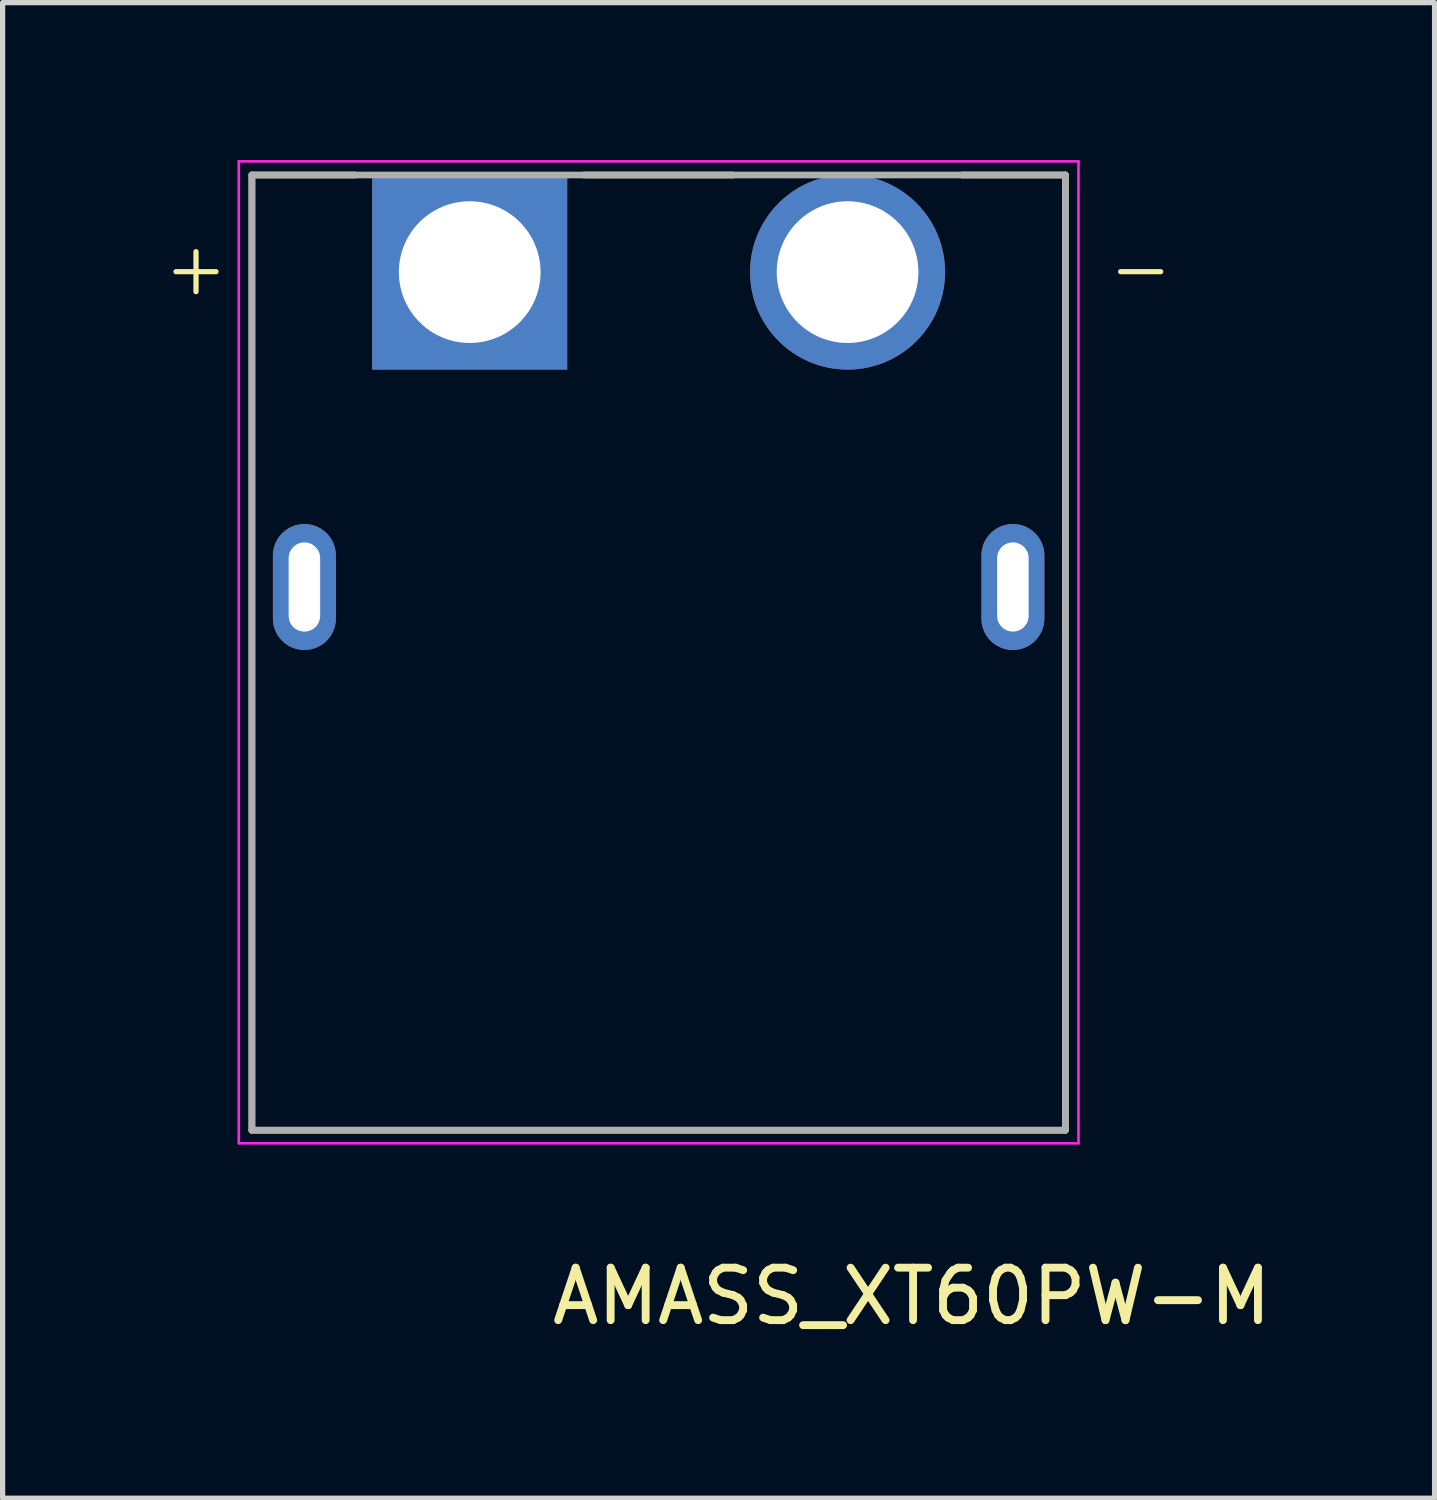
<source format=kicad_pcb>
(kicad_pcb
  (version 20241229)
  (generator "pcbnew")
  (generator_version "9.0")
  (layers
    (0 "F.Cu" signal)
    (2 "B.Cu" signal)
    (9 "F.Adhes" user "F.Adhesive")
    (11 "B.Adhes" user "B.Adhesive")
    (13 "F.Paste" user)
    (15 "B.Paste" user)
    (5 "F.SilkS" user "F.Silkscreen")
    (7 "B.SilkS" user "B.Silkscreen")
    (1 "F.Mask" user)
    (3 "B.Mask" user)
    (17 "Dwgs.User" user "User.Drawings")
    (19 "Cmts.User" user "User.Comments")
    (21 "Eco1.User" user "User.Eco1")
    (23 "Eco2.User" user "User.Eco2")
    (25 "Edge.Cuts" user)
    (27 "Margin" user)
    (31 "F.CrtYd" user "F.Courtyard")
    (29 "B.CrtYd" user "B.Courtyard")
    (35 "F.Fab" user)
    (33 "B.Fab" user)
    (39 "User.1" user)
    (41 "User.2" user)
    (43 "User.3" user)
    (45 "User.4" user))
  (footprint "AMASS_XT60PW-M"
    (layer "F.Cu")
    (at 9.5 7.135)
    (property "Reference" "AMASS_XT60PW-M" (at 4.824 14.515 180) (layer "F.SilkS") (effects (font (size 1 1) (thickness 0.15))))
    (attr through_hole)
    (fp_line (start -7.75 -6.85) (end -7.75 11.35) (stroke (width 0.127) (type solid)) (layer "F.SilkS"))
    (fp_line (start -7.75 -6.85) (end -5.778 -6.85) (stroke (width 0.127) (type solid)) (layer "F.SilkS"))
    (fp_line (start -7.75 11.35) (end 7.75 11.35) (stroke (width 0.127) (type solid)) (layer "F.SilkS"))
    (fp_line (start 1.422 -6.85) (end -1.422 -6.85) (stroke (width 0.127) (type solid)) (layer "F.SilkS"))
    (fp_line (start 7.75 -6.85) (end 5.778 -6.85) (stroke (width 0.127) (type solid)) (layer "F.SilkS"))
    (fp_line (start 7.75 11.35) (end 7.75 -6.85) (stroke (width 0.127) (type solid)) (layer "F.SilkS"))
    (fp_line (start -8 -7.11) (end -8 11.6) (stroke (width 0.05) (type solid)) (layer "F.CrtYd"))
    (fp_line (start -8 11.6) (end 8 11.6) (stroke (width 0.05) (type solid)) (layer "F.CrtYd"))
    (fp_line (start 8 -7.11) (end -8 -7.11) (stroke (width 0.05) (type solid)) (layer "F.CrtYd"))
    (fp_line (start 8 11.6) (end 8 -7.11) (stroke (width 0.05) (type solid)) (layer "F.CrtYd"))
    (fp_line (start -7.75 -6.85) (end -7.75 11.35) (stroke (width 0.127) (type solid)) (layer "F.Fab"))
    (fp_line (start -7.75 11.35) (end 7.75 11.35) (stroke (width 0.127) (type solid)) (layer "F.Fab"))
    (fp_line (start 7.75 -6.85) (end -7.75 -6.85) (stroke (width 0.127) (type solid)) (layer "F.Fab"))
    (fp_line (start 7.75 11.35) (end 7.75 -6.85) (stroke (width 0.127) (type solid)) (layer "F.Fab"))
    (fp_text user "+" (at -9.5 -4.5 0) (unlocked yes) (layer "F.SilkS") (effects (font (size 1 1) (thickness 0.1)) (justify left bottom)))
    (fp_text user "-" (at 8.5 -4.5 0) (unlocked yes) (layer "F.SilkS") (effects (font (size 1 1) (thickness 0.1)) (justify left bottom)))
    (pad "N" thru_hole circle (at 3.6 -5 180) (size 3.716 3.716) (drill 2.7) (layers "*.Cu" "*.Mask"))
    (pad "P" thru_hole rect (at -3.6 -5 180) (size 3.716 3.716) (drill 2.7) (layers "*.Cu" "*.Mask"))
    (pad "S1" thru_hole oval (at -6.75 1 180) (size 1.2 2.4) (drill oval 0.6 1.7) (layers "*.Cu" "*.Mask"))
    (pad "S2" thru_hole oval (at 6.75 1 180) (size 1.2 2.4) (drill oval 0.6 1.7) (layers "*.Cu" "*.Mask")))
  (gr_rect
    (start -3 -3)
    (end 24.285 25.498)
    (stroke (width 0.1) (type default))
    (fill no)
    (layer "Edge.Cuts")))
</source>
